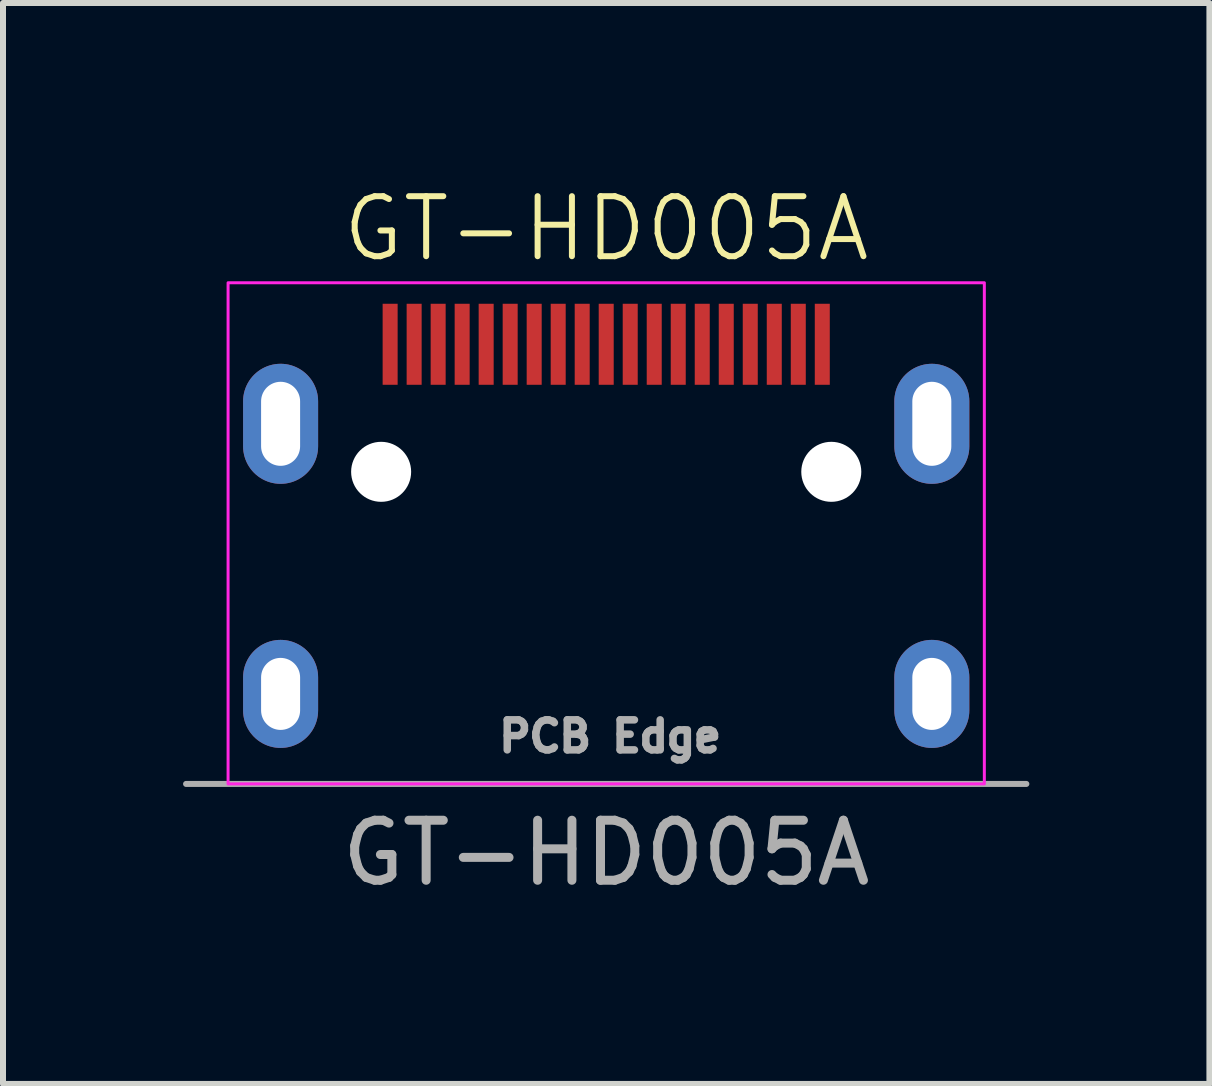
<source format=kicad_pcb>
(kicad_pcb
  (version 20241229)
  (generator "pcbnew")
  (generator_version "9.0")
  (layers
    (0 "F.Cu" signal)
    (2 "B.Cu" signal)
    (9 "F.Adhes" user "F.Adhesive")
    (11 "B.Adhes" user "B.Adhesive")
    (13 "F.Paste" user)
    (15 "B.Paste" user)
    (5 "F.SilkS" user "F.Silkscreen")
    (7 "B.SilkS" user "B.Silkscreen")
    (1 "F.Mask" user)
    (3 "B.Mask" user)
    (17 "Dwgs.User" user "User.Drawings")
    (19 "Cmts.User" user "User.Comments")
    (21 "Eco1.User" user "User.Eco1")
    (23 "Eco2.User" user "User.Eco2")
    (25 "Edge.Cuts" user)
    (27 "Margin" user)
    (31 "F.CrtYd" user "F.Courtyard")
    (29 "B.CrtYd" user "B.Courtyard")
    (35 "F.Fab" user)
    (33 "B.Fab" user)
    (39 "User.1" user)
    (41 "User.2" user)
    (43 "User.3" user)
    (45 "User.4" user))
  (footprint "GT-HD005A"
    (layer "F.Cu")
    (at 7.05 6.261)
    (property "Reference" "GT-HD005A" (at 0 -5.5 0) (unlocked yes) (layer "F.SilkS") (effects (font (size 1 1) (thickness 0.1))))
    (attr smd)
    (fp_rect (start -6.3 -4.6) (end 6.3 3.75) (stroke (width 0.05) (type default)) (fill no) (layer "F.CrtYd"))
    (fp_line (start -7 3.75) (end 7 3.75) (stroke (width 0.1) (type default)) (layer "F.Fab"))
    (fp_text user "PCB Edge" (at -1.85 3.25 0) (unlocked yes) (layer "F.Fab") (effects (font (size 0.5 0.5) (thickness 0.125)) (justify left bottom)))
    (fp_text user "${REFERENCE}" (at 0 4.9 0) (unlocked yes) (layer "F.Fab") (effects (font (size 1 1) (thickness 0.15))))
    (pad "" np_thru_hole circle (at -3.75 -1.45) (size 1 1) (drill 1) (layers "*.Cu" "*.Mask"))
    (pad "" np_thru_hole circle (at 3.75 -1.45) (size 1 1) (drill 1) (layers "*.Cu" "*.Mask"))
    (pad "1" smd rect (at 3.6 -3.575) (size 0.25 1.35) (layers "F.Cu" "F.Mask" "F.Paste"))
    (pad "2" smd rect (at 3.2 -3.575) (size 0.25 1.35) (layers "F.Cu" "F.Mask" "F.Paste"))
    (pad "3" smd rect (at 2.8 -3.575) (size 0.25 1.35) (layers "F.Cu" "F.Mask" "F.Paste"))
    (pad "4" smd rect (at 2.4 -3.575) (size 0.25 1.35) (layers "F.Cu" "F.Mask" "F.Paste"))
    (pad "5" smd rect (at 2 -3.575) (size 0.25 1.35) (layers "F.Cu" "F.Mask" "F.Paste"))
    (pad "6" smd rect (at 1.6 -3.575) (size 0.25 1.35) (layers "F.Cu" "F.Mask" "F.Paste"))
    (pad "7" smd rect (at 1.2 -3.575) (size 0.25 1.35) (layers "F.Cu" "F.Mask" "F.Paste"))
    (pad "8" smd rect (at 0.8 -3.575) (size 0.25 1.35) (layers "F.Cu" "F.Mask" "F.Paste"))
    (pad "9" smd rect (at 0.4 -3.575) (size 0.25 1.35) (layers "F.Cu" "F.Mask" "F.Paste"))
    (pad "10" smd rect (at 0 -3.575) (size 0.25 1.35) (layers "F.Cu" "F.Mask" "F.Paste"))
    (pad "11" smd rect (at -0.4 -3.575) (size 0.25 1.35) (layers "F.Cu" "F.Mask" "F.Paste"))
    (pad "12" smd rect (at -0.8 -3.575) (size 0.25 1.35) (layers "F.Cu" "F.Mask" "F.Paste"))
    (pad "13" smd rect (at -1.2 -3.575) (size 0.25 1.35) (layers "F.Cu" "F.Mask" "F.Paste"))
    (pad "14" smd rect (at -1.6 -3.575) (size 0.25 1.35) (layers "F.Cu" "F.Mask" "F.Paste"))
    (pad "15" smd rect (at -2 -3.575) (size 0.25 1.35) (layers "F.Cu" "F.Mask" "F.Paste"))
    (pad "16" smd rect (at -2.4 -3.575) (size 0.25 1.35) (layers "F.Cu" "F.Mask" "F.Paste"))
    (pad "17" smd rect (at -2.8 -3.575) (size 0.25 1.35) (layers "F.Cu" "F.Mask" "F.Paste"))
    (pad "18" smd rect (at -3.2 -3.575) (size 0.25 1.35) (layers "F.Cu" "F.Mask" "F.Paste"))
    (pad "19" smd rect (at -3.6 -3.575) (size 0.25 1.35) (layers "F.Cu" "F.Mask" "F.Paste"))
    (pad "SH" thru_hole oval (at -5.425 -2.25 90) (size 2 1.25) (drill oval 1.4 0.65) (layers "*.Cu" "*.Mask"))
    (pad "SH" thru_hole oval (at -5.425 2.25 90) (size 1.8 1.25) (drill oval 1.2 0.65) (layers "*.Cu" "*.Mask"))
    (pad "SH" thru_hole oval (at 5.425 -2.25 90) (size 2 1.25) (drill oval 1.4 0.65) (layers "*.Cu" "*.Mask"))
    (pad "SH" thru_hole oval (at 5.425 2.25 90) (size 1.8 1.25) (drill oval 1.2 0.65) (layers "*.Cu" "*.Mask")))
  (gr_rect
    (start -3 -3)
    (end 17.1 15.009)
    (stroke (width 0.1) (type default))
    (fill no)
    (layer "Edge.Cuts")))
</source>
